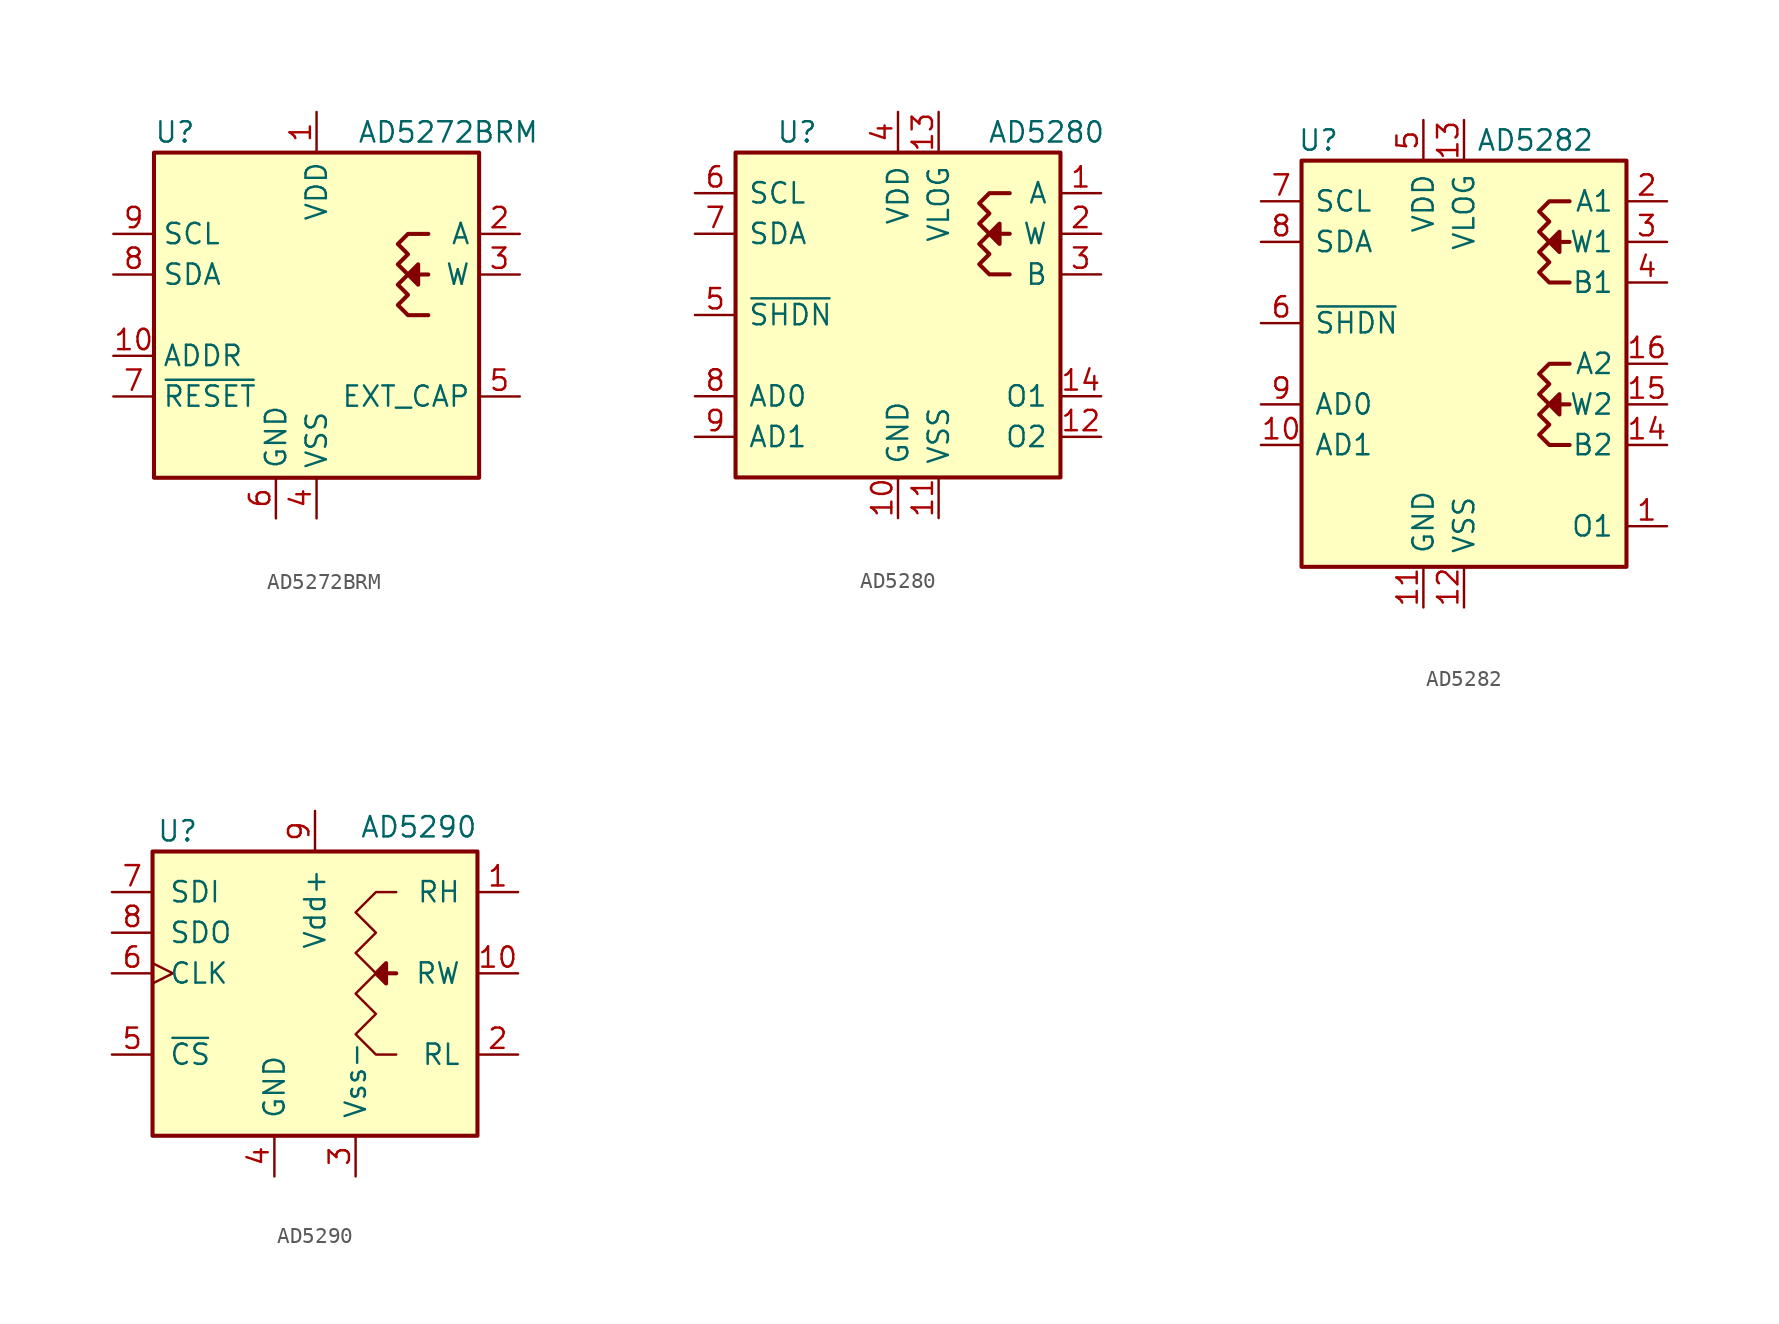
<source format=kicad_sym>
(kicad_symbol_lib
  (version 20201005)
  (generator kicad_symbol_editor)
  (symbol "Potentiometer_Digital:AD5272BRM"
    (property "Reference" "U"
      (at -10.16 11.43 0)
      (effects (font (size 1.27 1.27)) (justify left)))
    (property "Value" "AD5272BRM"
      (at 2.54 11.43 0)
      (effects (font (size 1.27 1.27)) (justify left)))
    (symbol "AD5272BRM_0_1"
      (rectangle (start -10.16 10.16) (end 10.16 -10.16) (stroke (width 0.254)) (fill (type background)))
      (polyline (pts (xy 6.985 2.54) (xy 6.35 2.54) (xy 5.715 2.54) (xy 6.35 3.175) (xy 6.35 1.905) (xy 5.715 2.54)) (stroke (width 0.254)) (fill (type outline)))
      (polyline (pts (xy 6.985 5.08) (xy 5.715 5.08) (xy 5.08 4.445) (xy 5.715 3.81) (xy 5.08 3.175) (xy 5.715 2.54) (xy 5.08 1.905) (xy 5.715 1.27) (xy 5.08 0.635) (xy 5.715 0) (xy 6.985 0)) (stroke (width 0.254)) (fill (type none))))
    (symbol "AD5272BRM_1_1"
      (pin power_in line (at 0 12.7 270) (length 2.54) (name "VDD" (effects (font (size 1.27 1.27)))) (number "1" (effects (font (size 1.27 1.27)))))
      (pin passive line (at -12.7 -2.54 0) (length 2.54) (name "ADDR" (effects (font (size 1.27 1.27)))) (number "10" (effects (font (size 1.27 1.27)))))
      (pin passive line (at 12.7 5.08 180) (length 2.54) (name "A" (effects (font (size 1.27 1.27)))) (number "2" (effects (font (size 1.27 1.27)))))
      (pin passive line (at 12.7 2.54 180) (length 2.54) (name "W" (effects (font (size 1.27 1.27)))) (number "3" (effects (font (size 1.27 1.27)))))
      (pin power_in line (at 0 -12.7 90) (length 2.54) (name "VSS" (effects (font (size 1.27 1.27)))) (number "4" (effects (font (size 1.27 1.27)))))
      (pin passive line (at 12.7 -5.08 180) (length 2.54) (name "EXT_CAP" (effects (font (size 1.27 1.27)))) (number "5" (effects (font (size 1.27 1.27)))))
      (pin power_in line (at -2.54 -12.7 90) (length 2.54) (name "GND" (effects (font (size 1.27 1.27)))) (number "6" (effects (font (size 1.27 1.27)))))
      (pin input line (at -12.7 -5.08 0) (length 2.54) (name "~RESET" (effects (font (size 1.27 1.27)))) (number "7" (effects (font (size 1.27 1.27)))))
      (pin bidirectional line (at -12.7 2.54 0) (length 2.54) (name "SDA" (effects (font (size 1.27 1.27)))) (number "8" (effects (font (size 1.27 1.27)))))
      (pin input line (at -12.7 5.08 0) (length 2.54) (name "SCL" (effects (font (size 1.27 1.27)))) (number "9" (effects (font (size 1.27 1.27)))))))
  (symbol "Potentiometer_Digital:AD5280"
    (pin_names
      (offset 0.762))
    (property "Reference" "U"
      (at -7.62 11.43 0)
      (effects (font (size 1.27 1.27)) (justify left)))
    (property "Value" "AD5280"
      (at 5.588 11.43 0)
      (effects (font (size 1.27 1.27)) (justify left)))
    (symbol "AD5280_0_1"
      (rectangle (start -10.16 10.16) (end 10.16 -10.16) (stroke (width 0.254)) (fill (type background)))
      (polyline (pts (xy 6.985 5.08) (xy 6.35 5.08) (xy 5.715 5.08) (xy 6.35 5.715) (xy 6.35 4.445) (xy 5.715 5.08)) (stroke (width 0.254)) (fill (type outline)))
      (polyline (pts (xy 6.985 7.62) (xy 5.715 7.62) (xy 5.08 6.985) (xy 5.715 6.35) (xy 5.08 5.715) (xy 5.715 5.08) (xy 5.08 4.445) (xy 5.715 3.81) (xy 5.08 3.175) (xy 5.715 2.54) (xy 6.985 2.54)) (stroke (width 0.254)) (fill (type none))))
    (symbol "AD5280_1_1"
      (pin passive line (at 12.7 7.62 180) (length 2.54) (name "A" (effects (font (size 1.27 1.27)))) (number "1" (effects (font (size 1.27 1.27)))))
      (pin power_in line (at 0 -12.7 90) (length 2.54) (name "GND" (effects (font (size 1.27 1.27)))) (number "10" (effects (font (size 1.27 1.27)))))
      (pin power_in line (at 2.54 -12.7 90) (length 2.54) (name "VSS" (effects (font (size 1.27 1.27)))) (number "11" (effects (font (size 1.27 1.27)))))
      (pin output line (at 12.7 -7.62 180) (length 2.54) (name "O2" (effects (font (size 1.27 1.27)))) (number "12" (effects (font (size 1.27 1.27)))))
      (pin power_in line (at 2.54 12.7 270) (length 2.54) (name "VLOG" (effects (font (size 1.27 1.27)))) (number "13" (effects (font (size 1.27 1.27)))))
      (pin output line (at 12.7 -5.08 180) (length 2.54) (name "O1" (effects (font (size 1.27 1.27)))) (number "14" (effects (font (size 1.27 1.27)))))
      (pin passive line (at 12.7 5.08 180) (length 2.54) (name "W" (effects (font (size 1.27 1.27)))) (number "2" (effects (font (size 1.27 1.27)))))
      (pin passive line (at 12.7 2.54 180) (length 2.54) (name "B" (effects (font (size 1.27 1.27)))) (number "3" (effects (font (size 1.27 1.27)))))
      (pin power_in line (at 0 12.7 270) (length 2.54) (name "VDD" (effects (font (size 1.27 1.27)))) (number "4" (effects (font (size 1.27 1.27)))))
      (pin input line (at -12.7 0 0) (length 2.54) (name "~SHDN~" (effects (font (size 1.27 1.27)))) (number "5" (effects (font (size 1.27 1.27)))))
      (pin input line (at -12.7 7.62 0) (length 2.54) (name "SCL" (effects (font (size 1.27 1.27)))) (number "6" (effects (font (size 1.27 1.27)))))
      (pin bidirectional line (at -12.7 5.08 0) (length 2.54) (name "SDA" (effects (font (size 1.27 1.27)))) (number "7" (effects (font (size 1.27 1.27)))))
      (pin input line (at -12.7 -5.08 0) (length 2.54) (name "AD0" (effects (font (size 1.27 1.27)))) (number "8" (effects (font (size 1.27 1.27)))))
      (pin input line (at -12.7 -7.62 0) (length 2.54) (name "AD1" (effects (font (size 1.27 1.27)))) (number "9" (effects (font (size 1.27 1.27)))))))
  (symbol "Potentiometer_Digital:AD5282"
    (pin_names
      (offset 0.762))
    (property "Reference" "U"
      (at -10.414 13.97 0)
      (effects (font (size 1.27 1.27)) (justify left)))
    (property "Value" "AD5282"
      (at 0.762 13.97 0)
      (effects (font (size 1.27 1.27)) (justify left)))
    (symbol "AD5282_0_1"
      (rectangle (start -10.16 12.7) (end 10.16 -12.7) (stroke (width 0.254)) (fill (type background)))
      (polyline (pts (xy 6.604 -2.54) (xy 5.334 -2.54) (xy 5.969 -1.905) (xy 5.969 -3.175) (xy 5.334 -2.54)) (stroke (width 0.254)) (fill (type outline)))
      (polyline (pts (xy 6.604 7.62) (xy 5.334 7.62) (xy 5.969 8.255) (xy 5.969 7.62) (xy 5.969 6.985) (xy 5.334 7.62)) (stroke (width 0.254)) (fill (type outline)))
      (polyline (pts (xy 6.604 0) (xy 5.334 0) (xy 4.699 -0.635) (xy 5.334 -1.27) (xy 4.699 -1.905) (xy 5.334 -2.54) (xy 4.699 -3.175) (xy 5.334 -3.81) (xy 4.699 -4.445) (xy 5.334 -5.08) (xy 6.604 -5.08)) (stroke (width 0.254)) (fill (type none)))
      (polyline (pts (xy 6.604 10.16) (xy 5.334 10.16) (xy 4.699 9.525) (xy 5.334 8.89) (xy 4.699 8.255) (xy 5.334 7.62) (xy 4.699 6.985) (xy 5.334 6.35) (xy 4.699 5.715) (xy 5.334 5.08) (xy 6.604 5.08)) (stroke (width 0.254)) (fill (type none))))
    (symbol "AD5282_1_1"
      (pin output line (at 12.7 -10.16 180) (length 2.54) (name "O1" (effects (font (size 1.27 1.27)))) (number "1" (effects (font (size 1.27 1.27)))))
      (pin input line (at -12.7 -5.08 0) (length 2.54) (name "AD1" (effects (font (size 1.27 1.27)))) (number "10" (effects (font (size 1.27 1.27)))))
      (pin power_in line (at -2.54 -15.24 90) (length 2.54) (name "GND" (effects (font (size 1.27 1.27)))) (number "11" (effects (font (size 1.27 1.27)))))
      (pin power_in line (at 0 -15.24 90) (length 2.54) (name "VSS" (effects (font (size 1.27 1.27)))) (number "12" (effects (font (size 1.27 1.27)))))
      (pin power_in line (at 0 15.24 270) (length 2.54) (name "VLOG" (effects (font (size 1.27 1.27)))) (number "13" (effects (font (size 1.27 1.27)))))
      (pin passive line (at 12.7 -5.08 180) (length 2.54) (name "B2" (effects (font (size 1.27 1.27)))) (number "14" (effects (font (size 1.27 1.27)))))
      (pin passive line (at 12.7 -2.54 180) (length 2.54) (name "W2" (effects (font (size 1.27 1.27)))) (number "15" (effects (font (size 1.27 1.27)))))
      (pin passive line (at 12.7 0 180) (length 2.54) (name "A2" (effects (font (size 1.27 1.27)))) (number "16" (effects (font (size 1.27 1.27)))))
      (pin passive line (at 12.7 10.16 180) (length 2.54) (name "A1" (effects (font (size 1.27 1.27)))) (number "2" (effects (font (size 1.27 1.27)))))
      (pin passive line (at 12.7 7.62 180) (length 2.54) (name "W1" (effects (font (size 1.27 1.27)))) (number "3" (effects (font (size 1.27 1.27)))))
      (pin passive line (at 12.7 5.08 180) (length 2.54) (name "B1" (effects (font (size 1.27 1.27)))) (number "4" (effects (font (size 1.27 1.27)))))
      (pin power_in line (at -2.54 15.24 270) (length 2.54) (name "VDD" (effects (font (size 1.27 1.27)))) (number "5" (effects (font (size 1.27 1.27)))))
      (pin input line (at -12.7 2.54 0) (length 2.54) (name "~SHDN~" (effects (font (size 1.27 1.27)))) (number "6" (effects (font (size 1.27 1.27)))))
      (pin input line (at -12.7 10.16 0) (length 2.54) (name "SCL" (effects (font (size 1.27 1.27)))) (number "7" (effects (font (size 1.27 1.27)))))
      (pin bidirectional line (at -12.7 7.62 0) (length 2.54) (name "SDA" (effects (font (size 1.27 1.27)))) (number "8" (effects (font (size 1.27 1.27)))))
      (pin input line (at -12.7 -2.54 0) (length 2.54) (name "AD0" (effects (font (size 1.27 1.27)))) (number "9" (effects (font (size 1.27 1.27)))))))
  (symbol "Potentiometer_Digital:AD5290"
    (pin_names
      (offset 1.016))
    (property "Reference" "U"
      (at -9.906 8.89 0)
      (effects (font (size 1.27 1.27)) (justify left)))
    (property "Value" "AD5290"
      (at 2.794 9.144 0)
      (effects (font (size 1.27 1.27)) (justify left)))
    (symbol "AD5290_0_1"
      (rectangle (start -10.16 7.62) (end 10.16 -10.16) (stroke (width 0.254)) (fill (type background)))
      (polyline (pts (xy 4.445 0) (xy 5.08 0)) (stroke (width 0.254)) (fill (type none)))
      (polyline (pts (xy 3.81 0) (xy 4.445 0.635) (xy 4.445 -0.635) (xy 3.81 0)) (stroke (width 0.254)) (fill (type outline)))
      (polyline (pts (xy 5.08 5.08) (xy 3.81 5.08) (xy 2.54 3.81) (xy 3.81 2.54) (xy 2.54 1.27) (xy 3.81 0) (xy 2.54 -1.27) (xy 3.81 -2.54) (xy 2.54 -3.81) (xy 3.81 -5.08) (xy 5.08 -5.08) (xy 5.08 -5.08) (xy 5.08 -5.08)) (stroke (width 0)) (fill (type none))))
    (symbol "AD5290_1_1"
      (pin passive line (at 12.7 5.08 180) (length 2.54) (name "RH" (effects (font (size 1.27 1.27)))) (number "1" (effects (font (size 1.27 1.27)))))
      (pin passive line (at 12.7 0 180) (length 2.54) (name "RW" (effects (font (size 1.27 1.27)))) (number "10" (effects (font (size 1.27 1.27)))))
      (pin passive line (at 12.7 -5.08 180) (length 2.54) (name "RL" (effects (font (size 1.27 1.27)))) (number "2" (effects (font (size 1.27 1.27)))))
      (pin power_in line (at 2.54 -12.7 90) (length 2.54) (name "Vss-" (effects (font (size 1.27 1.27)))) (number "3" (effects (font (size 1.27 1.27)))))
      (pin power_in line (at -2.54 -12.7 90) (length 2.54) (name "GND" (effects (font (size 1.27 1.27)))) (number "4" (effects (font (size 1.27 1.27)))))
      (pin input line (at -12.7 -5.08 0) (length 2.54) (name "~CS~" (effects (font (size 1.27 1.27)))) (number "5" (effects (font (size 1.27 1.27)))))
      (pin input clock (at -12.7 0 0) (length 2.54) (name "CLK" (effects (font (size 1.27 1.27)))) (number "6" (effects (font (size 1.27 1.27)))))
      (pin input line (at -12.7 5.08 0) (length 2.54) (name "SDI" (effects (font (size 1.27 1.27)))) (number "7" (effects (font (size 1.27 1.27)))))
      (pin output line (at -12.7 2.54 0) (length 2.54) (name "SDO" (effects (font (size 1.27 1.27)))) (number "8" (effects (font (size 1.27 1.27)))))
      (pin power_in line (at 0 10.16 270) (length 2.54) (name "Vdd+" (effects (font (size 1.27 1.27)))) (number "9" (effects (font (size 1.27 1.27))))))))
</source>
